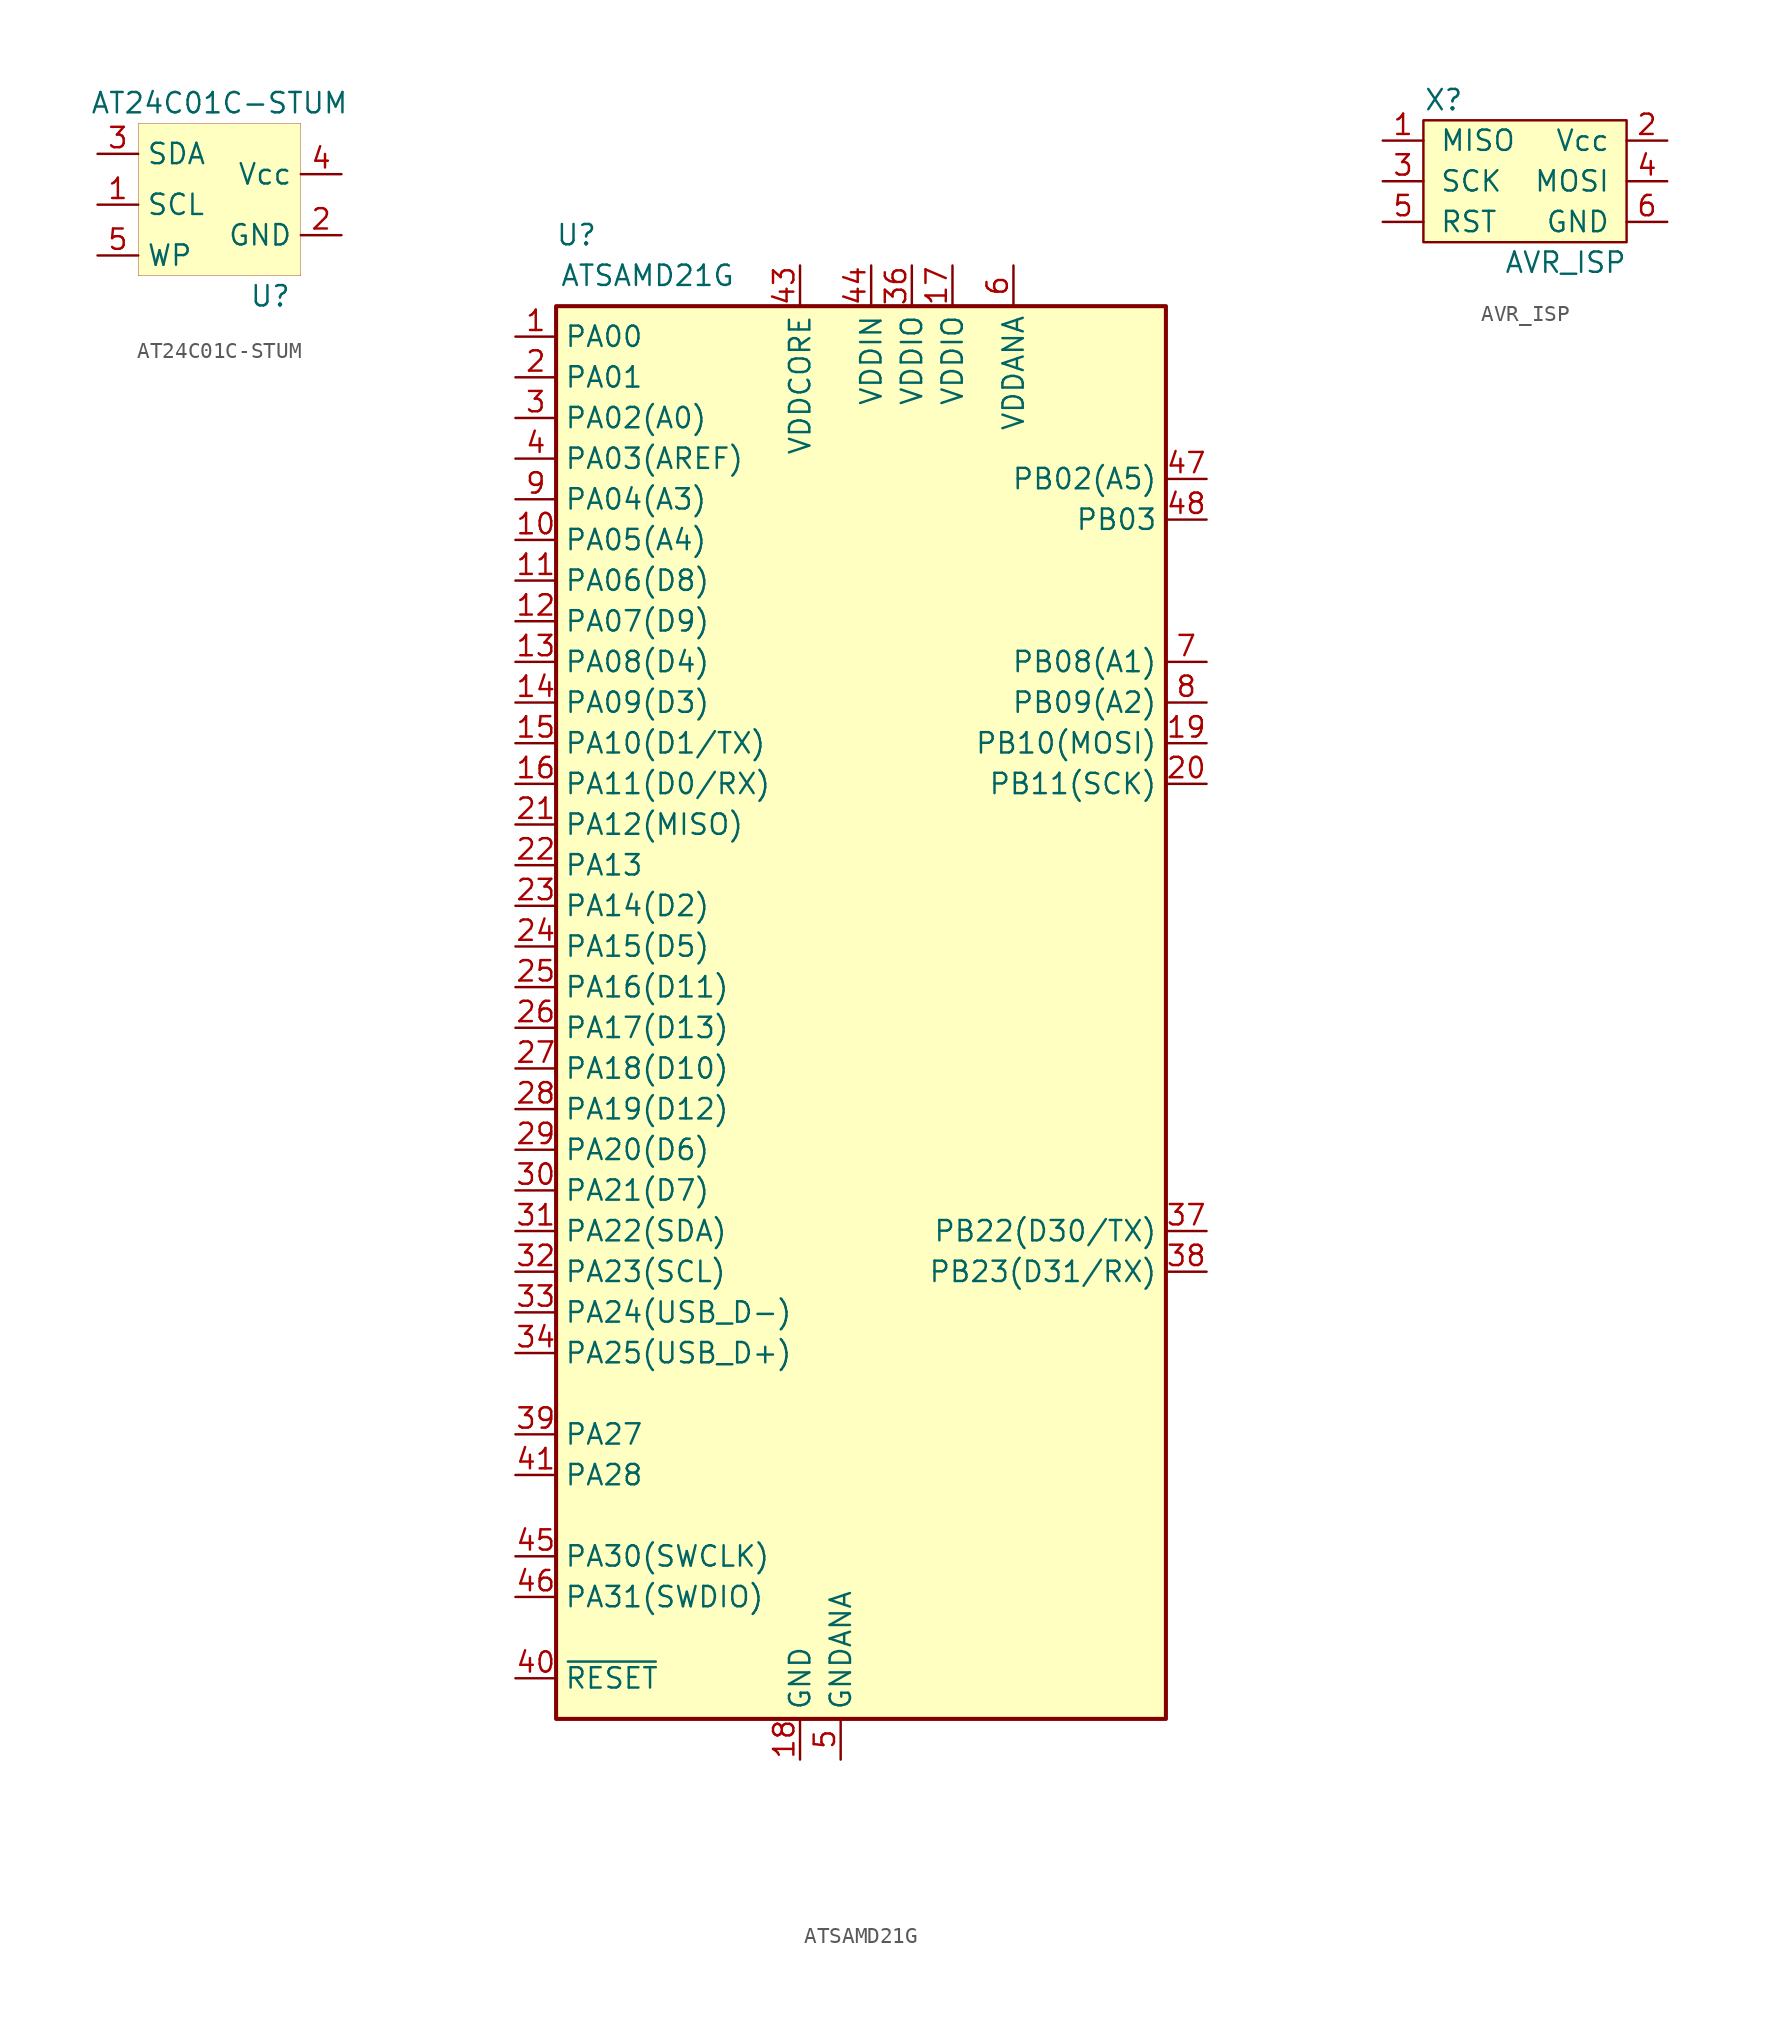
<source format=kicad_sym>
(kicad_symbol_lib
  (version 20220914)
  (generator kicad_symbol_editor)
  (symbol "AT24C01C-STUM"
    (property "Reference" "U"
      (at 3.175 -5.715 0)
      (effects (font (size 1.27 1.27))))
    (property "Value" "AT24C01C-STUM"
      (at 0 6.35 0)
      (effects (font (size 1.27 1.27))))
    (symbol "AT24C01C-STUM_0_1"
      (rectangle (start -5.08 5.08) (end 5.08 -4.445) (stroke (width 0.001) (type default)) (fill (type background))))
    (symbol "AT24C01C-STUM_1_1"
      (pin input line (at -7.62 0 0) (length 2.54) (name "SCL" (effects (font (size 1.27 1.27)))) (number "1" (effects (font (size 1.27 1.27)))))
      (pin input line (at 7.62 -1.905 180) (length 2.54) (name "GND" (effects (font (size 1.27 1.27)))) (number "2" (effects (font (size 1.27 1.27)))))
      (pin input line (at -7.62 3.175 0) (length 2.54) (name "SDA" (effects (font (size 1.27 1.27)))) (number "3" (effects (font (size 1.27 1.27)))))
      (pin input line (at 7.62 1.905 180) (length 2.54) (name "Vcc" (effects (font (size 1.27 1.27)))) (number "4" (effects (font (size 1.27 1.27)))))
      (pin input line (at -7.62 -3.175 0) (length 2.54) (name "WP" (effects (font (size 1.27 1.27)))) (number "5" (effects (font (size 1.27 1.27)))))))
  (symbol "ATSAMD21G"
    (property "Reference" "U"
      (at -17.78 45.085 0)
      (effects (font (size 1.27 1.27))))
    (property "Value" "ATSAMD21G"
      (at -13.335 42.545 0)
      (effects (font (size 1.27 1.27))))
    (symbol "ATSAMD21G_0_1"
      (rectangle (start -19.05 40.64) (end 19.05 -47.625) (stroke (width 0.254) (type default)) (fill (type background))))
    (symbol "ATSAMD21G_1_1"
      (pin bidirectional line (at -21.59 38.735 0) (length 2.54) (name "PA00" (effects (font (size 1.27 1.27)))) (number "1" (effects (font (size 1.27 1.27)))))
      (pin bidirectional line (at -21.59 26.035 0) (length 2.54) (name "PA05(A4)" (effects (font (size 1.27 1.27)))) (number "10" (effects (font (size 1.27 1.27)))))
      (pin bidirectional line (at -21.59 23.495 0) (length 2.54) (name "PA06(D8)" (effects (font (size 1.27 1.27)))) (number "11" (effects (font (size 1.27 1.27)))))
      (pin bidirectional line (at -21.59 20.955 0) (length 2.54) (name "PA07(D9)" (effects (font (size 1.27 1.27)))) (number "12" (effects (font (size 1.27 1.27)))))
      (pin bidirectional line (at -21.59 18.415 0) (length 2.54) (name "PA08(D4)" (effects (font (size 1.27 1.27)))) (number "13" (effects (font (size 1.27 1.27)))))
      (pin bidirectional line (at -21.59 15.875 0) (length 2.54) (name "PA09(D3)" (effects (font (size 1.27 1.27)))) (number "14" (effects (font (size 1.27 1.27)))))
      (pin bidirectional line (at -21.59 13.335 0) (length 2.54) (name "PA10(D1/TX)" (effects (font (size 1.27 1.27)))) (number "15" (effects (font (size 1.27 1.27)))))
      (pin bidirectional line (at -21.59 10.795 0) (length 2.54) (name "PA11(D0/RX)" (effects (font (size 1.27 1.27)))) (number "16" (effects (font (size 1.27 1.27)))))
      (pin power_in line (at 5.715 43.18 270) (length 2.54) (name "VDDIO" (effects (font (size 1.27 1.27)))) (number "17" (effects (font (size 1.27 1.27)))))
      (pin power_in line (at -3.81 -50.165 90) (length 2.54) (name "GND" (effects (font (size 1.27 1.27)))) (number "18" (effects (font (size 1.27 1.27)))))
      (pin bidirectional line (at 21.59 13.335 180) (length 2.54) (name "PB10(MOSI)" (effects (font (size 1.27 1.27)))) (number "19" (effects (font (size 1.27 1.27)))))
      (pin bidirectional line (at -21.59 36.195 0) (length 2.54) (name "PA01" (effects (font (size 1.27 1.27)))) (number "2" (effects (font (size 1.27 1.27)))))
      (pin bidirectional line (at 21.59 10.795 180) (length 2.54) (name "PB11(SCK)" (effects (font (size 1.27 1.27)))) (number "20" (effects (font (size 1.27 1.27)))))
      (pin bidirectional line (at -21.59 8.255 0) (length 2.54) (name "PA12(MISO)" (effects (font (size 1.27 1.27)))) (number "21" (effects (font (size 1.27 1.27)))))
      (pin bidirectional line (at -21.59 5.715 0) (length 2.54) (name "PA13" (effects (font (size 1.27 1.27)))) (number "22" (effects (font (size 1.27 1.27)))))
      (pin bidirectional line (at -21.59 3.175 0) (length 2.54) (name "PA14(D2)" (effects (font (size 1.27 1.27)))) (number "23" (effects (font (size 1.27 1.27)))))
      (pin bidirectional line (at -21.59 0.635 0) (length 2.54) (name "PA15(D5)" (effects (font (size 1.27 1.27)))) (number "24" (effects (font (size 1.27 1.27)))))
      (pin bidirectional line (at -21.59 -1.905 0) (length 2.54) (name "PA16(D11)" (effects (font (size 1.27 1.27)))) (number "25" (effects (font (size 1.27 1.27)))))
      (pin bidirectional line (at -21.59 -4.445 0) (length 2.54) (name "PA17(D13)" (effects (font (size 1.27 1.27)))) (number "26" (effects (font (size 1.27 1.27)))))
      (pin bidirectional line (at -21.59 -6.985 0) (length 2.54) (name "PA18(D10)" (effects (font (size 1.27 1.27)))) (number "27" (effects (font (size 1.27 1.27)))))
      (pin bidirectional line (at -21.59 -9.525 0) (length 2.54) (name "PA19(D12)" (effects (font (size 1.27 1.27)))) (number "28" (effects (font (size 1.27 1.27)))))
      (pin bidirectional line (at -21.59 -12.065 0) (length 2.54) (name "PA20(D6)" (effects (font (size 1.27 1.27)))) (number "29" (effects (font (size 1.27 1.27)))))
      (pin bidirectional line (at -21.59 33.655 0) (length 2.54) (name "PA02(A0)" (effects (font (size 1.27 1.27)))) (number "3" (effects (font (size 1.27 1.27)))))
      (pin bidirectional line (at -21.59 -14.605 0) (length 2.54) (name "PA21(D7)" (effects (font (size 1.27 1.27)))) (number "30" (effects (font (size 1.27 1.27)))))
      (pin bidirectional line (at -21.59 -17.145 0) (length 2.54) (name "PA22(SDA)" (effects (font (size 1.27 1.27)))) (number "31" (effects (font (size 1.27 1.27)))))
      (pin bidirectional line (at -21.59 -19.685 0) (length 2.54) (name "PA23(SCL)" (effects (font (size 1.27 1.27)))) (number "32" (effects (font (size 1.27 1.27)))))
      (pin bidirectional line (at -21.59 -22.225 0) (length 2.54) (name "PA24(USB_D-)" (effects (font (size 1.27 1.27)))) (number "33" (effects (font (size 1.27 1.27)))))
      (pin bidirectional line (at -21.59 -24.765 0) (length 2.54) (name "PA25(USB_D+)" (effects (font (size 1.27 1.27)))) (number "34" (effects (font (size 1.27 1.27)))))
      (pin passive line (at -3.81 -50.165 90) (length 2.54) hide (name "GND" (effects (font (size 1.27 1.27)))) (number "35" (effects (font (size 1.27 1.27)))))
      (pin power_in line (at 3.175 43.18 270) (length 2.54) (name "VDDIO" (effects (font (size 1.27 1.27)))) (number "36" (effects (font (size 1.27 1.27)))))
      (pin bidirectional line (at 21.59 -17.145 180) (length 2.54) (name "PB22(D30/TX)" (effects (font (size 1.27 1.27)))) (number "37" (effects (font (size 1.27 1.27)))))
      (pin bidirectional line (at 21.59 -19.685 180) (length 2.54) (name "PB23(D31/RX)" (effects (font (size 1.27 1.27)))) (number "38" (effects (font (size 1.27 1.27)))))
      (pin bidirectional line (at -21.59 -29.845 0) (length 2.54) (name "PA27" (effects (font (size 1.27 1.27)))) (number "39" (effects (font (size 1.27 1.27)))))
      (pin bidirectional line (at -21.59 31.115 0) (length 2.54) (name "PA03(AREF)" (effects (font (size 1.27 1.27)))) (number "4" (effects (font (size 1.27 1.27)))))
      (pin input line (at -21.59 -45.085 0) (length 2.54) (name "~{RESET}" (effects (font (size 1.27 1.27)))) (number "40" (effects (font (size 1.27 1.27)))))
      (pin bidirectional line (at -21.59 -32.385 0) (length 2.54) (name "PA28" (effects (font (size 1.27 1.27)))) (number "41" (effects (font (size 1.27 1.27)))))
      (pin passive line (at -3.81 -50.165 90) (length 2.54) hide (name "GND" (effects (font (size 1.27 1.27)))) (number "42" (effects (font (size 1.27 1.27)))))
      (pin power_out line (at -3.81 43.18 270) (length 2.54) (name "VDDCORE" (effects (font (size 1.27 1.27)))) (number "43" (effects (font (size 1.27 1.27)))))
      (pin power_in line (at 0.635 43.18 270) (length 2.54) (name "VDDIN" (effects (font (size 1.27 1.27)))) (number "44" (effects (font (size 1.27 1.27)))))
      (pin bidirectional line (at -21.59 -37.465 0) (length 2.54) (name "PA30(SWCLK)" (effects (font (size 1.27 1.27)))) (number "45" (effects (font (size 1.27 1.27)))))
      (pin bidirectional line (at -21.59 -40.005 0) (length 2.54) (name "PA31(SWDIO)" (effects (font (size 1.27 1.27)))) (number "46" (effects (font (size 1.27 1.27)))))
      (pin bidirectional line (at 21.59 29.845 180) (length 2.54) (name "PB02(A5)" (effects (font (size 1.27 1.27)))) (number "47" (effects (font (size 1.27 1.27)))))
      (pin bidirectional line (at 21.59 27.305 180) (length 2.54) (name "PB03" (effects (font (size 1.27 1.27)))) (number "48" (effects (font (size 1.27 1.27)))))
      (pin power_in line (at -1.27 -50.165 90) (length 2.54) (name "GNDANA" (effects (font (size 1.27 1.27)))) (number "5" (effects (font (size 1.27 1.27)))))
      (pin power_in line (at 9.525 43.18 270) (length 2.54) (name "VDDANA" (effects (font (size 1.27 1.27)))) (number "6" (effects (font (size 1.27 1.27)))))
      (pin bidirectional line (at 21.59 18.415 180) (length 2.54) (name "PB08(A1)" (effects (font (size 1.27 1.27)))) (number "7" (effects (font (size 1.27 1.27)))))
      (pin bidirectional line (at 21.59 15.875 180) (length 2.54) (name "PB09(A2)" (effects (font (size 1.27 1.27)))) (number "8" (effects (font (size 1.27 1.27)))))
      (pin bidirectional line (at -21.59 28.575 0) (length 2.54) (name "PA04(A3)" (effects (font (size 1.27 1.27)))) (number "9" (effects (font (size 1.27 1.27)))))))
  (symbol "AVR_ISP"
    (pin_names
      (offset 1.016))
    (property "Reference" "X"
      (at -5.08 5.08 0)
      (effects (font (size 1.27 1.27))))
    (property "Value" "AVR_ISP"
      (at 2.54 -5.08 0)
      (effects (font (size 1.27 1.27))))
    (symbol "AVR_ISP_0_1"
      (rectangle (start -6.35 3.81) (end 6.35 -3.81) (stroke (width 0) (type default)) (fill (type background))))
    (symbol "AVR_ISP_1_1"
      (pin input line (at -8.89 2.54 0) (length 2.54) (name "MISO" (effects (font (size 1.27 1.27)))) (number "1" (effects (font (size 1.27 1.27)))))
      (pin input line (at 8.89 2.54 180) (length 2.54) (name "Vcc" (effects (font (size 1.27 1.27)))) (number "2" (effects (font (size 1.27 1.27)))))
      (pin input line (at -8.89 0 0) (length 2.54) (name "SCK" (effects (font (size 1.27 1.27)))) (number "3" (effects (font (size 1.27 1.27)))))
      (pin input line (at 8.89 0 180) (length 2.54) (name "MOSI" (effects (font (size 1.27 1.27)))) (number "4" (effects (font (size 1.27 1.27)))))
      (pin input line (at -8.89 -2.54 0) (length 2.54) (name "RST" (effects (font (size 1.27 1.27)))) (number "5" (effects (font (size 1.27 1.27)))))
      (pin input line (at 8.89 -2.54 180) (length 2.54) (name "GND" (effects (font (size 1.27 1.27)))) (number "6" (effects (font (size 1.27 1.27))))))))
</source>
